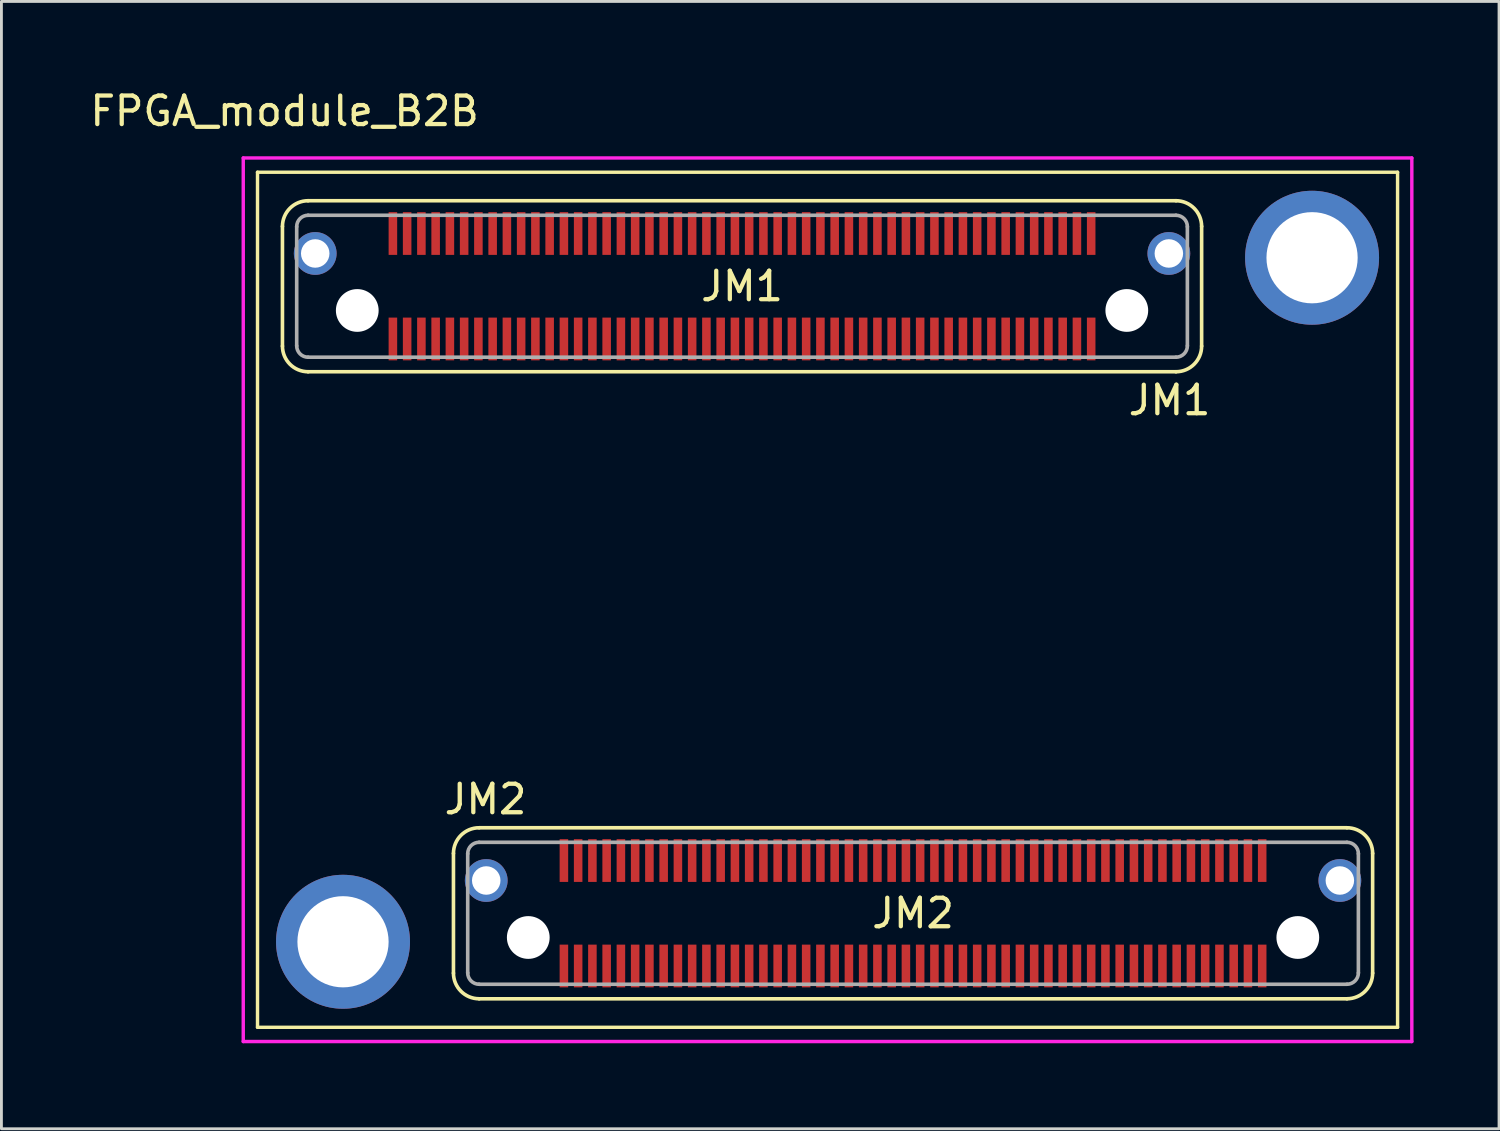
<source format=kicad_pcb>
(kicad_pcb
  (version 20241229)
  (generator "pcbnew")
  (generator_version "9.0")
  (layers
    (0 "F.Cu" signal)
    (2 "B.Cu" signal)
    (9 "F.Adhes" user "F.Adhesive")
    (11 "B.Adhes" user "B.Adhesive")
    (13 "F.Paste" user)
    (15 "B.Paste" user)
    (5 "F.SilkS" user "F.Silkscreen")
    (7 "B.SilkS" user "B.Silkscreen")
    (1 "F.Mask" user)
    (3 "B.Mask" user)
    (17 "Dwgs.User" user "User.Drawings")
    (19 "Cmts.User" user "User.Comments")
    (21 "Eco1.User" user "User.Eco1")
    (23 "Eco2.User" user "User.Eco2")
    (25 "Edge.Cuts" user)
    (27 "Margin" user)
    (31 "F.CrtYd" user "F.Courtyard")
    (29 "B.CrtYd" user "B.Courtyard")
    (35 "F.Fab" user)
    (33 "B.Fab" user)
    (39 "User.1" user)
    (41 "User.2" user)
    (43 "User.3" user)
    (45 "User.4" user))
  (footprint "FPGA_module_B2B"
    (layer "F.Cu")
    (at 25.985 17.993)
    (property "Reference" "FPGA_module_B2B" (at -19.05 -17.145 0) (layer "F.SilkS") (effects (font (size 1 1) (thickness 0.15))))
    (attr through_hole)
    (fp_line (start -20 -15) (end -20 15) (stroke (width 0.12) (type solid)) (layer "F.SilkS"))
    (fp_line (start -20 -15) (end 20 -15) (stroke (width 0.12) (type solid)) (layer "F.SilkS"))
    (fp_line (start -20 15) (end 20 15) (stroke (width 0.12) (type solid)) (layer "F.SilkS"))
    (fp_line (start -19.125 -8.9) (end -19.125 -13.1) (stroke (width 0.127) (type solid)) (layer "F.SilkS"))
    (fp_line (start -18.225 -14) (end 12.225 -14) (stroke (width 0.127) (type solid)) (layer "F.SilkS"))
    (fp_line (start -13.125 13.1) (end -13.125 8.9) (stroke (width 0.127) (type solid)) (layer "F.SilkS"))
    (fp_line (start -12.225 8) (end 18.225 8) (stroke (width 0.127) (type solid)) (layer "F.SilkS"))
    (fp_line (start 12.225 -8) (end -18.225 -8) (stroke (width 0.127) (type solid)) (layer "F.SilkS"))
    (fp_line (start 13.125 -13.1) (end 13.125 -8.9) (stroke (width 0.127) (type solid)) (layer "F.SilkS"))
    (fp_line (start 18.225 14) (end -12.225 14) (stroke (width 0.127) (type solid)) (layer "F.SilkS"))
    (fp_line (start 19.125 8.9) (end 19.125 13.1) (stroke (width 0.127) (type solid)) (layer "F.SilkS"))
    (fp_line (start 20 -15) (end 20 15) (stroke (width 0.12) (type solid)) (layer "F.SilkS"))
    (fp_arc (start -19.125 -13.1) (mid -18.861396 -13.736396) (end -18.225 -14) (stroke (width 0.127) (type solid)) (layer "F.SilkS"))
    (fp_arc (start -18.225 -8) (mid -18.861396 -8.263604) (end -19.125 -8.9) (stroke (width 0.127) (type solid)) (layer "F.SilkS"))
    (fp_arc (start -13.125 8.9) (mid -12.861396 8.263604) (end -12.225 8) (stroke (width 0.127) (type solid)) (layer "F.SilkS"))
    (fp_arc (start -12.225 14) (mid -12.861396 13.736396) (end -13.125 13.1) (stroke (width 0.127) (type solid)) (layer "F.SilkS"))
    (fp_arc (start 12.225 -14) (mid 12.861396 -13.736396) (end 13.125 -13.1) (stroke (width 0.127) (type solid)) (layer "F.SilkS"))
    (fp_arc (start 13.125 -8.9) (mid 12.861396 -8.263604) (end 12.225 -8) (stroke (width 0.127) (type solid)) (layer "F.SilkS"))
    (fp_arc (start 18.225 8) (mid 18.861396 8.263604) (end 19.125 8.9) (stroke (width 0.127) (type solid)) (layer "F.SilkS"))
    (fp_arc (start 19.125 13.1) (mid 18.861396 13.736396) (end 18.225 14) (stroke (width 0.127) (type solid)) (layer "F.SilkS"))
    (fp_line (start -20.5 -15.5) (end -20.5 15.5) (stroke (width 0.12) (type solid)) (layer "F.CrtYd"))
    (fp_line (start -20.5 -15.5) (end 20.5 -15.5) (stroke (width 0.12) (type solid)) (layer "F.CrtYd"))
    (fp_line (start -20.5 15.5) (end 20.5 15.5) (stroke (width 0.12) (type solid)) (layer "F.CrtYd"))
    (fp_line (start 20.5 -15.5) (end 20.5 15.5) (stroke (width 0.12) (type solid)) (layer "F.CrtYd"))
    (fp_line (start -18.625 -8.91) (end -18.625 -13.09) (stroke (width 0.127) (type solid)) (layer "F.Fab"))
    (fp_line (start -18.225 -13.49) (end 12.225 -13.49) (stroke (width 0.127) (type solid)) (layer "F.Fab"))
    (fp_line (start -12.625 13.09) (end -12.625 8.91) (stroke (width 0.127) (type solid)) (layer "F.Fab"))
    (fp_line (start -12.225 8.51) (end 18.225 8.51) (stroke (width 0.127) (type solid)) (layer "F.Fab"))
    (fp_line (start 12.225 -8.51) (end -18.225 -8.51) (stroke (width 0.127) (type solid)) (layer "F.Fab"))
    (fp_line (start 12.625 -13.09) (end 12.625 -8.91) (stroke (width 0.127) (type solid)) (layer "F.Fab"))
    (fp_line (start 18.225 13.49) (end -12.225 13.49) (stroke (width 0.127) (type solid)) (layer "F.Fab"))
    (fp_line (start 18.625 8.91) (end 18.625 13.09) (stroke (width 0.127) (type solid)) (layer "F.Fab"))
    (fp_arc (start -18.625 -13.09) (mid -18.507843 -13.372843) (end -18.225 -13.49) (stroke (width 0.127) (type solid)) (layer "F.Fab"))
    (fp_arc (start -18.225 -8.51) (mid -18.507843 -8.627157) (end -18.625 -8.91) (stroke (width 0.127) (type solid)) (layer "F.Fab"))
    (fp_arc (start -12.625 8.91) (mid -12.507843 8.627157) (end -12.225 8.51) (stroke (width 0.127) (type solid)) (layer "F.Fab"))
    (fp_arc (start -12.225 13.49) (mid -12.507843 13.372843) (end -12.625 13.09) (stroke (width 0.127) (type solid)) (layer "F.Fab"))
    (fp_arc (start 12.225 -13.49) (mid 12.507843 -13.372843) (end 12.625 -13.09) (stroke (width 0.127) (type solid)) (layer "F.Fab"))
    (fp_arc (start 12.625 -8.91) (mid 12.507843 -8.627157) (end 12.225 -8.51) (stroke (width 0.127) (type solid)) (layer "F.Fab"))
    (fp_arc (start 18.225 8.51) (mid 18.507843 8.627157) (end 18.625 8.91) (stroke (width 0.127) (type solid)) (layer "F.Fab"))
    (fp_arc (start 18.625 13.09) (mid 18.507843 13.372843) (end 18.225 13.49) (stroke (width 0.127) (type solid)) (layer "F.Fab"))
    (fp_text user "JM2" (at 3 11 0) (layer "F.SilkS") (effects (font (size 1 1) (thickness 0.15))))
    (fp_text user "JM1" (at -3 -11 0) (layer "F.SilkS") (effects (font (size 1 1) (thickness 0.15))))
    (fp_text user "JM1" (at 12 -7 0) (layer "F.SilkS") (effects (font (size 1 1) (thickness 0.15))))
    (fp_text user "JM2" (at -12 7 0) (layer "F.SilkS") (effects (font (size 1 1) (thickness 0.15))))
    (pad "" np_thru_hole circle (at -17 12) (size 4.7 4.7) (drill 3.2) (layers "*.Cu" "*.Mask"))
    (pad "" np_thru_hole circle (at -16.5 -10.15) (size 1.5 1.5) (drill 1.5) (layers "*.Cu" "*.Mask"))
    (pad "" np_thru_hole circle (at -10.5 11.85) (size 1.5 1.5) (drill 1.5) (layers "*.Cu" "*.Mask"))
    (pad "" np_thru_hole circle (at 10.5 -10.15 270) (size 1.5 1.5) (drill 1.5) (layers "*.Cu" "*.Mask"))
    (pad "" np_thru_hole circle (at 16.5 11.85 270) (size 1.5 1.5) (drill 1.5) (layers "*.Cu" "*.Mask"))
    (pad "" np_thru_hole circle (at 17 -12) (size 4.7 4.7) (drill 3.2) (layers "*.Cu" "*.Mask"))
    (pad "1" smd rect (at 9.25 -9.15) (size 0.3 1.5) (layers "F.Cu" "F.Mask" "F.Paste"))
    (pad "2" smd rect (at 9.25 -12.85) (size 0.3 1.5) (layers "F.Cu" "F.Mask" "F.Paste"))
    (pad "3" smd rect (at 8.75 -9.15) (size 0.3 1.5) (layers "F.Cu" "F.Mask" "F.Paste"))
    (pad "4" smd rect (at 8.75 -12.85) (size 0.3 1.5) (layers "F.Cu" "F.Mask" "F.Paste"))
    (pad "5" smd rect (at 8.25 -9.15) (size 0.3 1.5) (layers "F.Cu" "F.Mask" "F.Paste"))
    (pad "6" smd rect (at 8.25 -12.85) (size 0.3 1.5) (layers "F.Cu" "F.Mask" "F.Paste"))
    (pad "7" smd rect (at 7.75 -9.15) (size 0.3 1.5) (layers "F.Cu" "F.Mask" "F.Paste"))
    (pad "8" smd rect (at 7.75 -12.85) (size 0.3 1.5) (layers "F.Cu" "F.Mask" "F.Paste"))
    (pad "9" smd rect (at 7.25 -9.15) (size 0.3 1.5) (layers "F.Cu" "F.Mask" "F.Paste"))
    (pad "10" smd rect (at 7.25 -12.85) (size 0.3 1.5) (layers "F.Cu" "F.Mask" "F.Paste"))
    (pad "11" smd rect (at 6.75 -9.15) (size 0.3 1.5) (layers "F.Cu" "F.Mask" "F.Paste"))
    (pad "12" smd rect (at 6.75 -12.85) (size 0.3 1.5) (layers "F.Cu" "F.Mask" "F.Paste"))
    (pad "13" smd rect (at 6.25 -9.15) (size 0.3 1.5) (layers "F.Cu" "F.Mask" "F.Paste"))
    (pad "14" smd rect (at 6.25 -12.85) (size 0.3 1.5) (layers "F.Cu" "F.Mask" "F.Paste"))
    (pad "15" smd rect (at 5.75 -9.15) (size 0.3 1.5) (layers "F.Cu" "F.Mask" "F.Paste"))
    (pad "16" smd rect (at 5.75 -12.85) (size 0.3 1.5) (layers "F.Cu" "F.Mask" "F.Paste"))
    (pad "17" smd rect (at 5.25 -9.15) (size 0.3 1.5) (layers "F.Cu" "F.Mask" "F.Paste"))
    (pad "18" smd rect (at 5.25 -12.85) (size 0.3 1.5) (layers "F.Cu" "F.Mask" "F.Paste"))
    (pad "19" smd rect (at 4.75 -9.15) (size 0.3 1.5) (layers "F.Cu" "F.Mask" "F.Paste"))
    (pad "20" smd rect (at 4.75 -12.85) (size 0.3 1.5) (layers "F.Cu" "F.Mask" "F.Paste"))
    (pad "21" smd rect (at 4.25 -9.15) (size 0.3 1.5) (layers "F.Cu" "F.Mask" "F.Paste"))
    (pad "22" smd rect (at 4.25 -12.85) (size 0.3 1.5) (layers "F.Cu" "F.Mask" "F.Paste"))
    (pad "23" smd rect (at 3.75 -9.15) (size 0.3 1.5) (layers "F.Cu" "F.Mask" "F.Paste"))
    (pad "24" smd rect (at 3.75 -12.85) (size 0.3 1.5) (layers "F.Cu" "F.Mask" "F.Paste"))
    (pad "25" smd rect (at 3.25 -9.15) (size 0.3 1.5) (layers "F.Cu" "F.Mask" "F.Paste"))
    (pad "26" smd rect (at 3.25 -12.85) (size 0.3 1.5) (layers "F.Cu" "F.Mask" "F.Paste"))
    (pad "27" smd rect (at 2.75 -9.15) (size 0.3 1.5) (layers "F.Cu" "F.Mask" "F.Paste"))
    (pad "28" smd rect (at 2.75 -12.85) (size 0.3 1.5) (layers "F.Cu" "F.Mask" "F.Paste"))
    (pad "29" smd rect (at 2.25 -9.15) (size 0.3 1.5) (layers "F.Cu" "F.Mask" "F.Paste"))
    (pad "30" smd rect (at 2.25 -12.85) (size 0.3 1.5) (layers "F.Cu" "F.Mask" "F.Paste"))
    (pad "31" smd rect (at 1.75 -9.15) (size 0.3 1.5) (layers "F.Cu" "F.Mask" "F.Paste"))
    (pad "32" smd rect (at 1.75 -12.85) (size 0.3 1.5) (layers "F.Cu" "F.Mask" "F.Paste"))
    (pad "33" smd rect (at 1.25 -9.15) (size 0.3 1.5) (layers "F.Cu" "F.Mask" "F.Paste"))
    (pad "34" smd rect (at 1.25 -12.85) (size 0.3 1.5) (layers "F.Cu" "F.Mask" "F.Paste"))
    (pad "35" smd rect (at 0.75 -9.15) (size 0.3 1.5) (layers "F.Cu" "F.Mask" "F.Paste"))
    (pad "36" smd rect (at 0.75 -12.85) (size 0.3 1.5) (layers "F.Cu" "F.Mask" "F.Paste"))
    (pad "37" smd rect (at 0.25 -9.15) (size 0.3 1.5) (layers "F.Cu" "F.Mask" "F.Paste"))
    (pad "38" smd rect (at 0.25 -12.85) (size 0.3 1.5) (layers "F.Cu" "F.Mask" "F.Paste"))
    (pad "39" smd rect (at -0.25 -9.15) (size 0.3 1.5) (layers "F.Cu" "F.Mask" "F.Paste"))
    (pad "40" smd rect (at -0.25 -12.85) (size 0.3 1.5) (layers "F.Cu" "F.Mask" "F.Paste"))
    (pad "41" smd rect (at -0.75 -9.15) (size 0.3 1.5) (layers "F.Cu" "F.Mask" "F.Paste"))
    (pad "42" smd rect (at -0.75 -12.85) (size 0.3 1.5) (layers "F.Cu" "F.Mask" "F.Paste"))
    (pad "43" smd rect (at -1.25 -9.15) (size 0.3 1.5) (layers "F.Cu" "F.Mask" "F.Paste"))
    (pad "44" smd rect (at -1.25 -12.85) (size 0.3 1.5) (layers "F.Cu" "F.Mask" "F.Paste"))
    (pad "45" smd rect (at -1.75 -9.15) (size 0.3 1.5) (layers "F.Cu" "F.Mask" "F.Paste"))
    (pad "46" smd rect (at -1.75 -12.85) (size 0.3 1.5) (layers "F.Cu" "F.Mask" "F.Paste"))
    (pad "47" smd rect (at -2.25 -9.15) (size 0.3 1.5) (layers "F.Cu" "F.Mask" "F.Paste"))
    (pad "48" smd rect (at -2.25 -12.85) (size 0.3 1.5) (layers "F.Cu" "F.Mask" "F.Paste"))
    (pad "49" smd rect (at -2.75 -9.15) (size 0.3 1.5) (layers "F.Cu" "F.Mask" "F.Paste"))
    (pad "50" smd rect (at -2.75 -12.85) (size 0.3 1.5) (layers "F.Cu" "F.Mask" "F.Paste"))
    (pad "51" smd rect (at -3.25 -9.15) (size 0.3 1.5) (layers "F.Cu" "F.Mask" "F.Paste"))
    (pad "52" smd rect (at -3.25 -12.85) (size 0.3 1.5) (layers "F.Cu" "F.Mask" "F.Paste"))
    (pad "53" smd rect (at -3.75 -9.15) (size 0.3 1.5) (layers "F.Cu" "F.Mask" "F.Paste"))
    (pad "54" smd rect (at -3.75 -12.85) (size 0.3 1.5) (layers "F.Cu" "F.Mask" "F.Paste"))
    (pad "55" smd rect (at -4.25 -9.15) (size 0.3 1.5) (layers "F.Cu" "F.Mask" "F.Paste"))
    (pad "56" smd rect (at -4.25 -12.85) (size 0.3 1.5) (layers "F.Cu" "F.Mask" "F.Paste"))
    (pad "57" smd rect (at -4.75 -9.15) (size 0.3 1.5) (layers "F.Cu" "F.Mask" "F.Paste"))
    (pad "58" smd rect (at -4.75 -12.85) (size 0.3 1.5) (layers "F.Cu" "F.Mask" "F.Paste"))
    (pad "59" smd rect (at -5.25 -9.15) (size 0.3 1.5) (layers "F.Cu" "F.Mask" "F.Paste"))
    (pad "60" smd rect (at -5.25 -12.85) (size 0.3 1.5) (layers "F.Cu" "F.Mask" "F.Paste"))
    (pad "61" smd rect (at -5.75 -9.15) (size 0.3 1.5) (layers "F.Cu" "F.Mask" "F.Paste"))
    (pad "62" smd rect (at -5.75 -12.85) (size 0.3 1.5) (layers "F.Cu" "F.Mask" "F.Paste"))
    (pad "63" smd rect (at -6.25 -9.15) (size 0.3 1.5) (layers "F.Cu" "F.Mask" "F.Paste"))
    (pad "64" smd rect (at -6.25 -12.85) (size 0.3 1.5) (layers "F.Cu" "F.Mask" "F.Paste"))
    (pad "65" smd rect (at -6.75 -9.15) (size 0.3 1.5) (layers "F.Cu" "F.Mask" "F.Paste"))
    (pad "66" smd rect (at -6.75 -12.85) (size 0.3 1.5) (layers "F.Cu" "F.Mask" "F.Paste"))
    (pad "67" smd rect (at -7.25 -9.15) (size 0.3 1.5) (layers "F.Cu" "F.Mask" "F.Paste"))
    (pad "68" smd rect (at -7.25 -12.85) (size 0.3 1.5) (layers "F.Cu" "F.Mask" "F.Paste"))
    (pad "69" smd rect (at -7.75 -9.15) (size 0.3 1.5) (layers "F.Cu" "F.Mask" "F.Paste"))
    (pad "70" smd rect (at -7.75 -12.85) (size 0.3 1.5) (layers "F.Cu" "F.Mask" "F.Paste"))
    (pad "71" smd rect (at -8.25 -9.15) (size 0.3 1.5) (layers "F.Cu" "F.Mask" "F.Paste"))
    (pad "72" smd rect (at -8.25 -12.85) (size 0.3 1.5) (layers "F.Cu" "F.Mask" "F.Paste"))
    (pad "73" smd rect (at -8.75 -9.15) (size 0.3 1.5) (layers "F.Cu" "F.Mask" "F.Paste"))
    (pad "74" smd rect (at -8.75 -12.85) (size 0.3 1.5) (layers "F.Cu" "F.Mask" "F.Paste"))
    (pad "75" smd rect (at -9.25 -9.15) (size 0.3 1.5) (layers "F.Cu" "F.Mask" "F.Paste"))
    (pad "76" smd rect (at -9.25 -12.85) (size 0.3 1.5) (layers "F.Cu" "F.Mask" "F.Paste"))
    (pad "77" smd rect (at -9.75 -9.15) (size 0.3 1.5) (layers "F.Cu" "F.Mask" "F.Paste"))
    (pad "78" smd rect (at -9.75 -12.85) (size 0.3 1.5) (layers "F.Cu" "F.Mask" "F.Paste"))
    (pad "79" smd rect (at -10.25 -9.15) (size 0.3 1.5) (layers "F.Cu" "F.Mask" "F.Paste"))
    (pad "80" smd rect (at -10.25 -12.85) (size 0.3 1.5) (layers "F.Cu" "F.Mask" "F.Paste"))
    (pad "81" smd rect (at -10.75 -9.15) (size 0.3 1.5) (layers "F.Cu" "F.Mask" "F.Paste"))
    (pad "82" smd rect (at -10.75 -12.85) (size 0.3 1.5) (layers "F.Cu" "F.Mask" "F.Paste"))
    (pad "83" smd rect (at -11.25 -9.15) (size 0.3 1.5) (layers "F.Cu" "F.Mask" "F.Paste"))
    (pad "84" smd rect (at -11.25 -12.85) (size 0.3 1.5) (layers "F.Cu" "F.Mask" "F.Paste"))
    (pad "85" smd rect (at -11.75 -9.15) (size 0.3 1.5) (layers "F.Cu" "F.Mask" "F.Paste"))
    (pad "86" smd rect (at -11.75 -12.85) (size 0.3 1.5) (layers "F.Cu" "F.Mask" "F.Paste"))
    (pad "87" smd rect (at -12.25 -9.15) (size 0.3 1.5) (layers "F.Cu" "F.Mask" "F.Paste"))
    (pad "88" smd rect (at -12.25 -12.85) (size 0.3 1.5) (layers "F.Cu" "F.Mask" "F.Paste"))
    (pad "89" smd rect (at -12.75 -9.15) (size 0.3 1.5) (layers "F.Cu" "F.Mask" "F.Paste"))
    (pad "90" smd rect (at -12.75 -12.85) (size 0.3 1.5) (layers "F.Cu" "F.Mask" "F.Paste"))
    (pad "91" smd rect (at -13.25 -9.15) (size 0.3 1.5) (layers "F.Cu" "F.Mask" "F.Paste"))
    (pad "92" smd rect (at -13.25 -12.85) (size 0.3 1.5) (layers "F.Cu" "F.Mask" "F.Paste"))
    (pad "93" smd rect (at -13.75 -9.15) (size 0.3 1.5) (layers "F.Cu" "F.Mask" "F.Paste"))
    (pad "94" smd rect (at -13.75 -12.85) (size 0.3 1.5) (layers "F.Cu" "F.Mask" "F.Paste"))
    (pad "95" smd rect (at -14.25 -9.15) (size 0.3 1.5) (layers "F.Cu" "F.Mask" "F.Paste"))
    (pad "96" smd rect (at -14.25 -12.85) (size 0.3 1.5) (layers "F.Cu" "F.Mask" "F.Paste"))
    (pad "97" smd rect (at -14.75 -9.15) (size 0.3 1.5) (layers "F.Cu" "F.Mask" "F.Paste"))
    (pad "98" smd rect (at -14.75 -12.85) (size 0.3 1.5) (layers "F.Cu" "F.Mask" "F.Paste"))
    (pad "99" smd rect (at -15.25 -9.15) (size 0.3 1.5) (layers "F.Cu" "F.Mask" "F.Paste"))
    (pad "100" smd rect (at -15.25 -12.85) (size 0.3 1.5) (layers "F.Cu" "F.Mask" "F.Paste"))
    (pad "101" smd rect (at 15.25 12.85) (size 0.3 1.5) (layers "F.Cu" "F.Mask" "F.Paste"))
    (pad "102" smd rect (at 15.25 9.15) (size 0.3 1.5) (layers "F.Cu" "F.Mask" "F.Paste"))
    (pad "103" smd rect (at 14.75 12.85) (size 0.3 1.5) (layers "F.Cu" "F.Mask" "F.Paste"))
    (pad "104" smd rect (at 14.75 9.15) (size 0.3 1.5) (layers "F.Cu" "F.Mask" "F.Paste"))
    (pad "105" smd rect (at 14.25 12.85) (size 0.3 1.5) (layers "F.Cu" "F.Mask" "F.Paste"))
    (pad "106" smd rect (at 14.25 9.15) (size 0.3 1.5) (layers "F.Cu" "F.Mask" "F.Paste"))
    (pad "107" smd rect (at 13.75 12.85) (size 0.3 1.5) (layers "F.Cu" "F.Mask" "F.Paste"))
    (pad "108" smd rect (at 13.75 9.15) (size 0.3 1.5) (layers "F.Cu" "F.Mask" "F.Paste"))
    (pad "109" smd rect (at 13.25 12.85) (size 0.3 1.5) (layers "F.Cu" "F.Mask" "F.Paste"))
    (pad "110" smd rect (at 13.25 9.15) (size 0.3 1.5) (layers "F.Cu" "F.Mask" "F.Paste"))
    (pad "111" smd rect (at 12.75 12.85) (size 0.3 1.5) (layers "F.Cu" "F.Mask" "F.Paste"))
    (pad "112" smd rect (at 12.75 9.15) (size 0.3 1.5) (layers "F.Cu" "F.Mask" "F.Paste"))
    (pad "113" smd rect (at 12.25 12.85) (size 0.3 1.5) (layers "F.Cu" "F.Mask" "F.Paste"))
    (pad "114" smd rect (at 12.25 9.15) (size 0.3 1.5) (layers "F.Cu" "F.Mask" "F.Paste"))
    (pad "115" smd rect (at 11.75 12.85) (size 0.3 1.5) (layers "F.Cu" "F.Mask" "F.Paste"))
    (pad "116" smd rect (at 11.75 9.15) (size 0.3 1.5) (layers "F.Cu" "F.Mask" "F.Paste"))
    (pad "117" smd rect (at 11.25 12.85) (size 0.3 1.5) (layers "F.Cu" "F.Mask" "F.Paste"))
    (pad "118" smd rect (at 11.25 9.15) (size 0.3 1.5) (layers "F.Cu" "F.Mask" "F.Paste"))
    (pad "119" smd rect (at 10.75 12.85) (size 0.3 1.5) (layers "F.Cu" "F.Mask" "F.Paste"))
    (pad "120" smd rect (at 10.75 9.15) (size 0.3 1.5) (layers "F.Cu" "F.Mask" "F.Paste"))
    (pad "121" smd rect (at 10.25 12.85) (size 0.3 1.5) (layers "F.Cu" "F.Mask" "F.Paste"))
    (pad "122" smd rect (at 10.25 9.15) (size 0.3 1.5) (layers "F.Cu" "F.Mask" "F.Paste"))
    (pad "123" smd rect (at 9.75 12.85) (size 0.3 1.5) (layers "F.Cu" "F.Mask" "F.Paste"))
    (pad "124" smd rect (at 9.75 9.15) (size 0.3 1.5) (layers "F.Cu" "F.Mask" "F.Paste"))
    (pad "125" smd rect (at 9.25 12.85) (size 0.3 1.5) (layers "F.Cu" "F.Mask" "F.Paste"))
    (pad "126" smd rect (at 9.25 9.15) (size 0.3 1.5) (layers "F.Cu" "F.Mask" "F.Paste"))
    (pad "127" smd rect (at 8.75 12.85) (size 0.3 1.5) (layers "F.Cu" "F.Mask" "F.Paste"))
    (pad "128" smd rect (at 8.75 9.15) (size 0.3 1.5) (layers "F.Cu" "F.Mask" "F.Paste"))
    (pad "129" smd rect (at 8.25 12.85) (size 0.3 1.5) (layers "F.Cu" "F.Mask" "F.Paste"))
    (pad "130" smd rect (at 8.25 9.15) (size 0.3 1.5) (layers "F.Cu" "F.Mask" "F.Paste"))
    (pad "131" smd rect (at 7.75 12.85) (size 0.3 1.5) (layers "F.Cu" "F.Mask" "F.Paste"))
    (pad "132" smd rect (at 7.75 9.15) (size 0.3 1.5) (layers "F.Cu" "F.Mask" "F.Paste"))
    (pad "133" smd rect (at 7.25 12.85) (size 0.3 1.5) (layers "F.Cu" "F.Mask" "F.Paste"))
    (pad "134" smd rect (at 7.25 9.15) (size 0.3 1.5) (layers "F.Cu" "F.Mask" "F.Paste"))
    (pad "135" smd rect (at 6.75 12.85) (size 0.3 1.5) (layers "F.Cu" "F.Mask" "F.Paste"))
    (pad "136" smd rect (at 6.75 9.15) (size 0.3 1.5) (layers "F.Cu" "F.Mask" "F.Paste"))
    (pad "137" smd rect (at 6.25 12.85) (size 0.3 1.5) (layers "F.Cu" "F.Mask" "F.Paste"))
    (pad "138" smd rect (at 6.25 9.15) (size 0.3 1.5) (layers "F.Cu" "F.Mask" "F.Paste"))
    (pad "139" smd rect (at 5.75 12.85) (size 0.3 1.5) (layers "F.Cu" "F.Mask" "F.Paste"))
    (pad "140" smd rect (at 5.75 9.15) (size 0.3 1.5) (layers "F.Cu" "F.Mask" "F.Paste"))
    (pad "141" smd rect (at 5.25 12.85) (size 0.3 1.5) (layers "F.Cu" "F.Mask" "F.Paste"))
    (pad "142" smd rect (at 5.25 9.15) (size 0.3 1.5) (layers "F.Cu" "F.Mask" "F.Paste"))
    (pad "143" smd rect (at 4.75 12.85) (size 0.3 1.5) (layers "F.Cu" "F.Mask" "F.Paste"))
    (pad "144" smd rect (at 4.75 9.15) (size 0.3 1.5) (layers "F.Cu" "F.Mask" "F.Paste"))
    (pad "145" smd rect (at 4.25 12.85) (size 0.3 1.5) (layers "F.Cu" "F.Mask" "F.Paste"))
    (pad "146" smd rect (at 4.25 9.15) (size 0.3 1.5) (layers "F.Cu" "F.Mask" "F.Paste"))
    (pad "147" smd rect (at 3.75 12.85) (size 0.3 1.5) (layers "F.Cu" "F.Mask" "F.Paste"))
    (pad "148" smd rect (at 3.75 9.15) (size 0.3 1.5) (layers "F.Cu" "F.Mask" "F.Paste"))
    (pad "149" smd rect (at 3.25 12.85) (size 0.3 1.5) (layers "F.Cu" "F.Mask" "F.Paste"))
    (pad "150" smd rect (at 3.25 9.15) (size 0.3 1.5) (layers "F.Cu" "F.Mask" "F.Paste"))
    (pad "151" smd rect (at 2.75 12.85) (size 0.3 1.5) (layers "F.Cu" "F.Mask" "F.Paste"))
    (pad "152" smd rect (at 2.75 9.15) (size 0.3 1.5) (layers "F.Cu" "F.Mask" "F.Paste"))
    (pad "153" smd rect (at 2.25 12.85) (size 0.3 1.5) (layers "F.Cu" "F.Mask" "F.Paste"))
    (pad "154" smd rect (at 2.25 9.15) (size 0.3 1.5) (layers "F.Cu" "F.Mask" "F.Paste"))
    (pad "155" smd rect (at 1.75 12.85) (size 0.3 1.5) (layers "F.Cu" "F.Mask" "F.Paste"))
    (pad "156" smd rect (at 1.75 9.15) (size 0.3 1.5) (layers "F.Cu" "F.Mask" "F.Paste"))
    (pad "157" smd rect (at 1.25 12.85) (size 0.3 1.5) (layers "F.Cu" "F.Mask" "F.Paste"))
    (pad "158" smd rect (at 1.25 9.15) (size 0.3 1.5) (layers "F.Cu" "F.Mask" "F.Paste"))
    (pad "159" smd rect (at 0.75 12.85) (size 0.3 1.5) (layers "F.Cu" "F.Mask" "F.Paste"))
    (pad "160" smd rect (at 0.75 9.15) (size 0.3 1.5) (layers "F.Cu" "F.Mask" "F.Paste"))
    (pad "161" smd rect (at 0.25 12.85) (size 0.3 1.5) (layers "F.Cu" "F.Mask" "F.Paste"))
    (pad "162" smd rect (at 0.25 9.15) (size 0.3 1.5) (layers "F.Cu" "F.Mask" "F.Paste"))
    (pad "163" smd rect (at -0.25 12.85) (size 0.3 1.5) (layers "F.Cu" "F.Mask" "F.Paste"))
    (pad "164" smd rect (at -0.25 9.15) (size 0.3 1.5) (layers "F.Cu" "F.Mask" "F.Paste"))
    (pad "165" smd rect (at -0.75 12.85) (size 0.3 1.5) (layers "F.Cu" "F.Mask" "F.Paste"))
    (pad "166" smd rect (at -0.75 9.15) (size 0.3 1.5) (layers "F.Cu" "F.Mask" "F.Paste"))
    (pad "167" smd rect (at -1.25 12.85) (size 0.3 1.5) (layers "F.Cu" "F.Mask" "F.Paste"))
    (pad "168" smd rect (at -1.25 9.15) (size 0.3 1.5) (layers "F.Cu" "F.Mask" "F.Paste"))
    (pad "169" smd rect (at -1.75 12.85) (size 0.3 1.5) (layers "F.Cu" "F.Mask" "F.Paste"))
    (pad "170" smd rect (at -1.75 9.15) (size 0.3 1.5) (layers "F.Cu" "F.Mask" "F.Paste"))
    (pad "171" smd rect (at -2.25 12.85) (size 0.3 1.5) (layers "F.Cu" "F.Mask" "F.Paste"))
    (pad "172" smd rect (at -2.25 9.15) (size 0.3 1.5) (layers "F.Cu" "F.Mask" "F.Paste"))
    (pad "173" smd rect (at -2.75 12.85) (size 0.3 1.5) (layers "F.Cu" "F.Mask" "F.Paste"))
    (pad "174" smd rect (at -2.75 9.15) (size 0.3 1.5) (layers "F.Cu" "F.Mask" "F.Paste"))
    (pad "175" smd rect (at -3.25 12.85) (size 0.3 1.5) (layers "F.Cu" "F.Mask" "F.Paste"))
    (pad "176" smd rect (at -3.25 9.15) (size 0.3 1.5) (layers "F.Cu" "F.Mask" "F.Paste"))
    (pad "177" smd rect (at -3.75 12.85) (size 0.3 1.5) (layers "F.Cu" "F.Mask" "F.Paste"))
    (pad "178" smd rect (at -3.75 9.15) (size 0.3 1.5) (layers "F.Cu" "F.Mask" "F.Paste"))
    (pad "179" smd rect (at -4.25 12.85) (size 0.3 1.5) (layers "F.Cu" "F.Mask" "F.Paste"))
    (pad "180" smd rect (at -4.25 9.15) (size 0.3 1.5) (layers "F.Cu" "F.Mask" "F.Paste"))
    (pad "181" smd rect (at -4.75 12.85) (size 0.3 1.5) (layers "F.Cu" "F.Mask" "F.Paste"))
    (pad "182" smd rect (at -4.75 9.15) (size 0.3 1.5) (layers "F.Cu" "F.Mask" "F.Paste"))
    (pad "183" smd rect (at -5.25 12.85) (size 0.3 1.5) (layers "F.Cu" "F.Mask" "F.Paste"))
    (pad "184" smd rect (at -5.25 9.15) (size 0.3 1.5) (layers "F.Cu" "F.Mask" "F.Paste"))
    (pad "185" smd rect (at -5.75 12.85) (size 0.3 1.5) (layers "F.Cu" "F.Mask" "F.Paste"))
    (pad "186" smd rect (at -5.75 9.15) (size 0.3 1.5) (layers "F.Cu" "F.Mask" "F.Paste"))
    (pad "187" smd rect (at -6.25 12.85) (size 0.3 1.5) (layers "F.Cu" "F.Mask" "F.Paste"))
    (pad "188" smd rect (at -6.25 9.15) (size 0.3 1.5) (layers "F.Cu" "F.Mask" "F.Paste"))
    (pad "189" smd rect (at -6.75 12.85) (size 0.3 1.5) (layers "F.Cu" "F.Mask" "F.Paste"))
    (pad "190" smd rect (at -6.75 9.15) (size 0.3 1.5) (layers "F.Cu" "F.Mask" "F.Paste"))
    (pad "191" smd rect (at -7.25 12.85) (size 0.3 1.5) (layers "F.Cu" "F.Mask" "F.Paste"))
    (pad "192" smd rect (at -7.25 9.15) (size 0.3 1.5) (layers "F.Cu" "F.Mask" "F.Paste"))
    (pad "193" smd rect (at -7.75 12.85) (size 0.3 1.5) (layers "F.Cu" "F.Mask" "F.Paste"))
    (pad "194" smd rect (at -7.75 9.15) (size 0.3 1.5) (layers "F.Cu" "F.Mask" "F.Paste"))
    (pad "195" smd rect (at -8.25 12.85) (size 0.3 1.5) (layers "F.Cu" "F.Mask" "F.Paste"))
    (pad "196" smd rect (at -8.25 9.15) (size 0.3 1.5) (layers "F.Cu" "F.Mask" "F.Paste"))
    (pad "197" smd rect (at -8.75 12.85) (size 0.3 1.5) (layers "F.Cu" "F.Mask" "F.Paste"))
    (pad "198" smd rect (at -8.75 9.15) (size 0.3 1.5) (layers "F.Cu" "F.Mask" "F.Paste"))
    (pad "199" smd rect (at -9.25 12.85) (size 0.3 1.5) (layers "F.Cu" "F.Mask" "F.Paste"))
    (pad "200" smd rect (at -9.25 9.15) (size 0.3 1.5) (layers "F.Cu" "F.Mask" "F.Paste"))
    (pad "SH" thru_hole circle (at -17.975 -12.15) (size 1.5 1.5) (drill 1) (layers "*.Cu" "*.Mask"))
    (pad "SH" thru_hole circle (at -11.975 9.85) (size 1.5 1.5) (drill 1) (layers "*.Cu" "*.Mask"))
    (pad "SH" thru_hole circle (at 11.975 -12.15) (size 1.5 1.5) (drill 1) (layers "*.Cu" "*.Mask"))
    (pad "SH" thru_hole circle (at 17.975 9.85) (size 1.5 1.5) (drill 1) (layers "*.Cu" "*.Mask")))
  (gr_rect
    (start -3 -3)
    (end 49.545 36.553)
    (stroke (width 0.1) (type default))
    (fill no)
    (layer "Edge.Cuts")))
</source>
